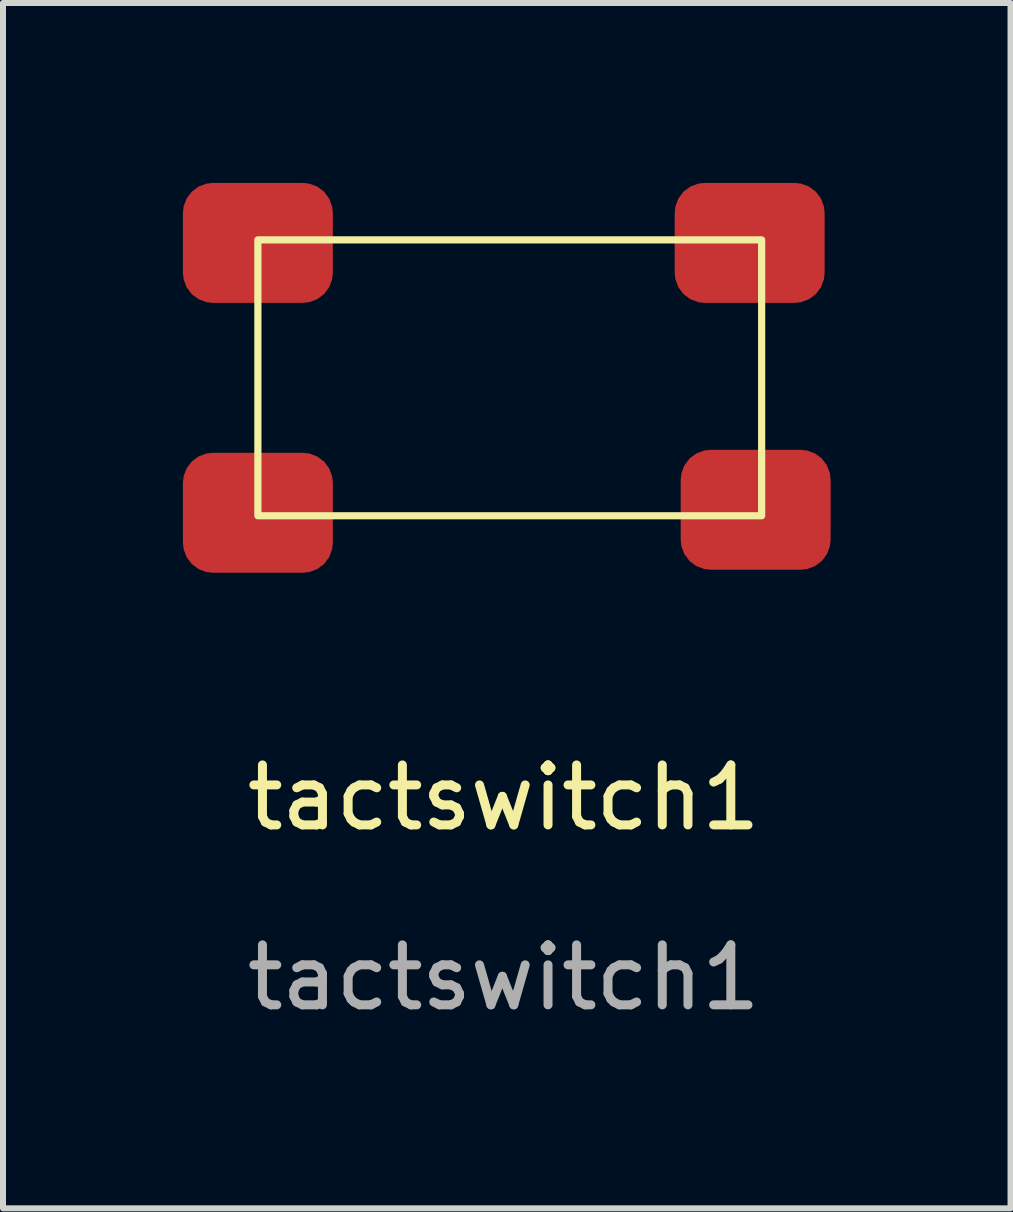
<source format=kicad_pcb>
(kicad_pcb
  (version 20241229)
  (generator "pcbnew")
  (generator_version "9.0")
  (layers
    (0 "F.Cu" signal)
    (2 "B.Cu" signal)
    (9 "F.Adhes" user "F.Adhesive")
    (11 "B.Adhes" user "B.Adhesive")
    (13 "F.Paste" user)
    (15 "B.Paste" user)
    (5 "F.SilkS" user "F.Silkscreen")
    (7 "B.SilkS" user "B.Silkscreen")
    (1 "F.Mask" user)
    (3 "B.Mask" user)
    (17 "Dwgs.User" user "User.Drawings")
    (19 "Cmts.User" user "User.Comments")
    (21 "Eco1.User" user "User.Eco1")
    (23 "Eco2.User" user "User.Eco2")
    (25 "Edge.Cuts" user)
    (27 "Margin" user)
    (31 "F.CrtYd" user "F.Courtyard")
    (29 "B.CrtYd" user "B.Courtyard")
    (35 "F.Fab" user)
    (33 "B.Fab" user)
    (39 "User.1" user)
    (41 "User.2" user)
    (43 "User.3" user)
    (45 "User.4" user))
  (footprint "tactswitch1"
    (layer "F.Cu")
    (at 5.35 3.25)
    (property "Reference" "tactswitch1" (at 0 7 0) (unlocked yes) (layer "F.SilkS") (effects (font (size 1 1) (thickness 0.15))))
    (attr smd)
    (fp_rect (start -4.1 -2.3) (end 4.3 2.3) (stroke (width 0.12) (type solid)) (fill no) (layer "F.SilkS"))
    (fp_text user "${REFERENCE}" (at 0 10 0) (unlocked yes) (layer "F.Fab") (effects (font (size 1 1) (thickness 0.15))))
    (pad "1" smd roundrect (at -4.1 -2.25) (size 2.5 2) (layers "F.Cu" "F.Mask" "F.Paste") (roundrect_rratio 0.25))
    (pad "1" smd roundrect (at -4.1 2.25) (size 2.5 2) (layers "F.Cu" "F.Mask" "F.Paste") (roundrect_rratio 0.25))
    (pad "2" smd roundrect (at 4.1 -2.25) (size 2.5 2) (layers "F.Cu" "F.Mask" "F.Paste") (roundrect_rratio 0.25))
    (pad "2" smd roundrect (at 4.2 2.2) (size 2.5 2) (layers "F.Cu" "F.Mask" "F.Paste") (roundrect_rratio 0.25)))
  (gr_rect
    (start -3 -3)
    (end 13.8 17.098)
    (stroke (width 0.1) (type default))
    (fill no)
    (layer "Edge.Cuts")))
</source>
